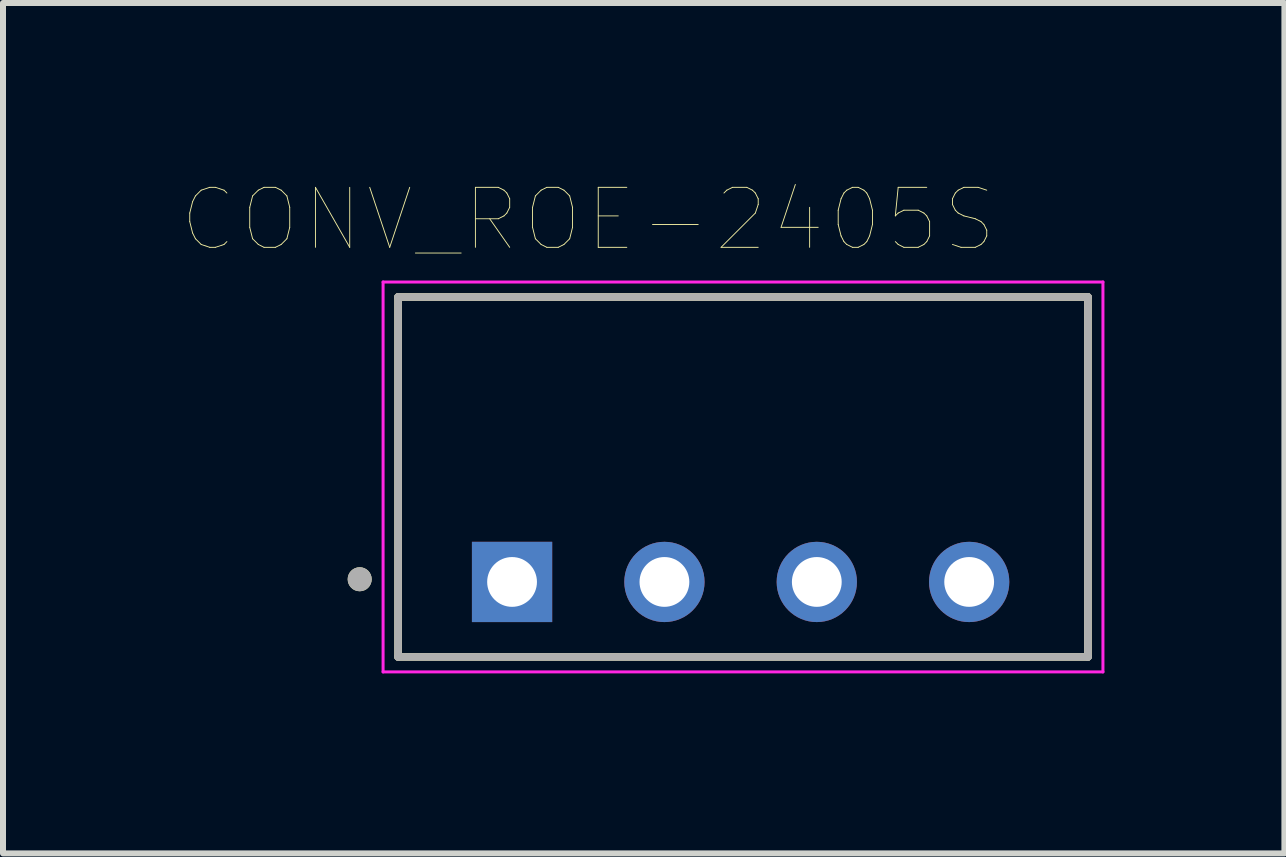
<source format=kicad_pcb>
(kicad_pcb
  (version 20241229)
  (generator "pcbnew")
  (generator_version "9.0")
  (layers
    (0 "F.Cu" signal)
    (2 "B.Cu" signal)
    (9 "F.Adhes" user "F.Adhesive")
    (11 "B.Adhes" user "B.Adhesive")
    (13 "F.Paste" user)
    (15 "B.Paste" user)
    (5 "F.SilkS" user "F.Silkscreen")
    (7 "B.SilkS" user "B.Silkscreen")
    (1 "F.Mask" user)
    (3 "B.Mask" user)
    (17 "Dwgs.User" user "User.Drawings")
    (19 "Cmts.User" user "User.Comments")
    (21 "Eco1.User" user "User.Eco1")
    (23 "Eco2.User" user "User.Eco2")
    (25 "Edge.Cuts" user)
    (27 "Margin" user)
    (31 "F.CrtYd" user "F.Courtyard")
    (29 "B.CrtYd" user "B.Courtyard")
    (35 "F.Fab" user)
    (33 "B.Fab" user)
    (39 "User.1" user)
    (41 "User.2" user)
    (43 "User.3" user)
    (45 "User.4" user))
  (footprint "CONV_ROE-2405S"
    (layer "F.Cu")
    (at 9.336 4.901)
    (property "Reference" "CONV_ROE-2405S" (at -2.58 -4.29 0) (layer "F.SilkS") (effects (font (size 1 1) (thickness 0.015))))
    (attr through_hole)
    (fp_line (start -5.75 -3) (end -5.75 3) (stroke (width 0.127) (type solid)) (layer "F.SilkS"))
    (fp_line (start -5.75 3) (end 5.75 3) (stroke (width 0.127) (type solid)) (layer "F.SilkS"))
    (fp_line (start 5.75 -3) (end -5.75 -3) (stroke (width 0.127) (type solid)) (layer "F.SilkS"))
    (fp_line (start 5.75 3) (end 5.75 -3) (stroke (width 0.127) (type solid)) (layer "F.SilkS"))
    (fp_circle (center -6.39 1.705) (end -6.29 1.705) (stroke (width 0.2) (type solid)) (fill no) (layer "F.SilkS"))
    (fp_line (start -6 -3.25) (end -6 3.25) (stroke (width 0.05) (type solid)) (layer "F.CrtYd"))
    (fp_line (start -6 3.25) (end 6 3.25) (stroke (width 0.05) (type solid)) (layer "F.CrtYd"))
    (fp_line (start 6 -3.25) (end -6 -3.25) (stroke (width 0.05) (type solid)) (layer "F.CrtYd"))
    (fp_line (start 6 3.25) (end 6 -3.25) (stroke (width 0.05) (type solid)) (layer "F.CrtYd"))
    (fp_line (start -5.75 -3) (end -5.75 3) (stroke (width 0.127) (type solid)) (layer "F.Fab"))
    (fp_line (start -5.75 3) (end 5.75 3) (stroke (width 0.127) (type solid)) (layer "F.Fab"))
    (fp_line (start 5.75 -3) (end -5.75 -3) (stroke (width 0.127) (type solid)) (layer "F.Fab"))
    (fp_line (start 5.75 3) (end 5.75 -3) (stroke (width 0.127) (type solid)) (layer "F.Fab"))
    (fp_circle (center -6.39 1.705) (end -6.29 1.705) (stroke (width 0.2) (type solid)) (fill no) (layer "F.Fab"))
    (pad "1" thru_hole rect (at -3.85 1.75) (size 1.338 1.338) (drill 0.83) (layers "*.Cu" "*.Mask"))
    (pad "2" thru_hole circle (at -1.31 1.75) (size 1.338 1.338) (drill 0.83) (layers "*.Cu" "*.Mask"))
    (pad "3" thru_hole circle (at 1.23 1.75) (size 1.338 1.338) (drill 0.83) (layers "*.Cu" "*.Mask"))
    (pad "4" thru_hole circle (at 3.77 1.75) (size 1.338 1.338) (drill 0.83) (layers "*.Cu" "*.Mask")))
  (gr_rect
    (start -3 -3)
    (end 18.361 11.176)
    (stroke (width 0.1) (type default))
    (fill no)
    (layer "Edge.Cuts")))
</source>
